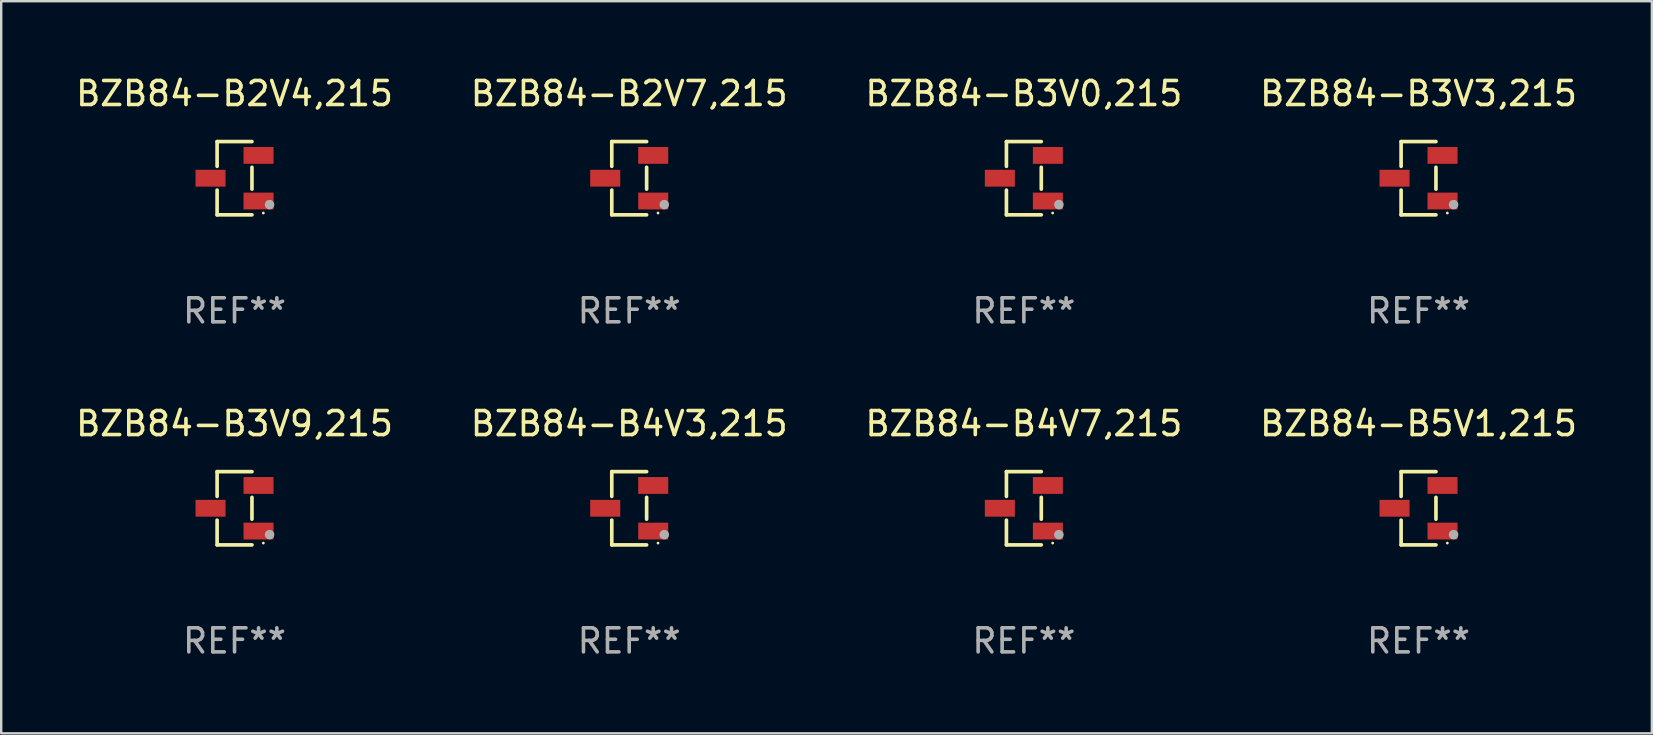
<source format=kicad_pcb>
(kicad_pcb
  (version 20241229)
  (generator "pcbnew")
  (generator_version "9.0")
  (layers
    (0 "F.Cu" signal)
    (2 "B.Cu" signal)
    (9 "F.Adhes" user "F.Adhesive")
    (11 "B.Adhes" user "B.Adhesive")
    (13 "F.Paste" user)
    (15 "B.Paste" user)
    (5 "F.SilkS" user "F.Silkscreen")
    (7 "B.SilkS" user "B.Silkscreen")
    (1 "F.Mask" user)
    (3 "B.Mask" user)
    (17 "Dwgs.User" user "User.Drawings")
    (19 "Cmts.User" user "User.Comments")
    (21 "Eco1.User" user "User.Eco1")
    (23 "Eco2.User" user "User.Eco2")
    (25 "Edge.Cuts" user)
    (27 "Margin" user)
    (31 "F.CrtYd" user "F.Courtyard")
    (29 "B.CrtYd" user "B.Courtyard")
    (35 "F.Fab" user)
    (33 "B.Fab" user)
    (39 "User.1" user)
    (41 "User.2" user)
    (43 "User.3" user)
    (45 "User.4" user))
  (footprint "BZB84-B3V3,215"
    (layer "F.Cu")
    (at 56.042 4.374)
    (property "Reference" "BZB84-B3V3,215" (at 0 -3.526 0) (layer "F.SilkS") (effects (font (size 1 1) (thickness 0.15))))
    (attr through_hole)
    (fp_line (start -0.726 -1.526) (end -0.726 -0.495) (stroke (width 0.152) (type solid)) (layer "F.SilkS"))
    (fp_line (start -0.726 1.526) (end -0.726 0.495) (stroke (width 0.152) (type solid)) (layer "F.SilkS"))
    (fp_line (start 0.726 -1.526) (end -0.726 -1.526) (stroke (width 0.152) (type solid)) (layer "F.SilkS"))
    (fp_line (start 0.726 -0.455) (end 0.726 0.455) (stroke (width 0.152) (type solid)) (layer "F.SilkS"))
    (fp_line (start 0.726 1.526) (end -0.726 1.526) (stroke (width 0.152) (type solid)) (layer "F.SilkS"))
    (fp_circle (center 1.2 1.45) (end 1.23 1.45) (stroke (width 0.06) (type solid)) (fill no) (layer "F.SilkS"))
    (fp_circle (center 1.46 1.1) (end 1.56 1.1) (stroke (width 0.2) (type solid)) (fill no) (layer "F.Fab"))
    (fp_text user "REF**" (at 0 5.526 0) (layer "F.Fab") (effects (font (size 1 1) (thickness 0.15))))
    (pad "1" smd rect (at 1 0.95) (size 1.25 0.7) (layers "F.Cu" "F.Mask" "F.Paste"))
    (pad "2" smd rect (at 1 -0.95) (size 1.25 0.7) (layers "F.Cu" "F.Mask" "F.Paste"))
    (pad "3" smd rect (at -1 0) (size 1.25 0.7) (layers "F.Cu" "F.Mask" "F.Paste")))
  (footprint "BZB84-B5V1,215"
    (layer "F.Cu")
    (at 56.042 18.123)
    (property "Reference" "BZB84-B5V1,215" (at 0 -3.526 0) (layer "F.SilkS") (effects (font (size 1 1) (thickness 0.15))))
    (attr through_hole)
    (fp_line (start -0.726 -1.526) (end -0.726 -0.495) (stroke (width 0.152) (type solid)) (layer "F.SilkS"))
    (fp_line (start -0.726 1.526) (end -0.726 0.495) (stroke (width 0.152) (type solid)) (layer "F.SilkS"))
    (fp_line (start 0.726 -1.526) (end -0.726 -1.526) (stroke (width 0.152) (type solid)) (layer "F.SilkS"))
    (fp_line (start 0.726 -0.455) (end 0.726 0.455) (stroke (width 0.152) (type solid)) (layer "F.SilkS"))
    (fp_line (start 0.726 1.526) (end -0.726 1.526) (stroke (width 0.152) (type solid)) (layer "F.SilkS"))
    (fp_circle (center 1.2 1.45) (end 1.23 1.45) (stroke (width 0.06) (type solid)) (fill no) (layer "F.SilkS"))
    (fp_circle (center 1.46 1.1) (end 1.56 1.1) (stroke (width 0.2) (type solid)) (fill no) (layer "F.Fab"))
    (fp_text user "REF**" (at 0 5.526 0) (layer "F.Fab") (effects (font (size 1 1) (thickness 0.15))))
    (pad "1" smd rect (at 1 0.95) (size 1.25 0.7) (layers "F.Cu" "F.Mask" "F.Paste"))
    (pad "2" smd rect (at 1 -0.95) (size 1.25 0.7) (layers "F.Cu" "F.Mask" "F.Paste"))
    (pad "3" smd rect (at -1 0) (size 1.25 0.7) (layers "F.Cu" "F.Mask" "F.Paste")))
  (footprint "BZB84-B3V9,215"
    (layer "F.Cu")
    (at 6.72 18.123)
    (property "Reference" "BZB84-B3V9,215" (at 0 -3.526 0) (layer "F.SilkS") (effects (font (size 1 1) (thickness 0.15))))
    (attr through_hole)
    (fp_line (start -0.726 -1.526) (end -0.726 -0.495) (stroke (width 0.152) (type solid)) (layer "F.SilkS"))
    (fp_line (start -0.726 1.526) (end -0.726 0.495) (stroke (width 0.152) (type solid)) (layer "F.SilkS"))
    (fp_line (start 0.726 -1.526) (end -0.726 -1.526) (stroke (width 0.152) (type solid)) (layer "F.SilkS"))
    (fp_line (start 0.726 -0.455) (end 0.726 0.455) (stroke (width 0.152) (type solid)) (layer "F.SilkS"))
    (fp_line (start 0.726 1.526) (end -0.726 1.526) (stroke (width 0.152) (type solid)) (layer "F.SilkS"))
    (fp_circle (center 1.2 1.45) (end 1.23 1.45) (stroke (width 0.06) (type solid)) (fill no) (layer "F.SilkS"))
    (fp_circle (center 1.46 1.1) (end 1.56 1.1) (stroke (width 0.2) (type solid)) (fill no) (layer "F.Fab"))
    (fp_text user "REF**" (at 0 5.526 0) (layer "F.Fab") (effects (font (size 1 1) (thickness 0.15))))
    (pad "1" smd rect (at 1 0.95) (size 1.25 0.7) (layers "F.Cu" "F.Mask" "F.Paste"))
    (pad "2" smd rect (at 1 -0.95) (size 1.25 0.7) (layers "F.Cu" "F.Mask" "F.Paste"))
    (pad "3" smd rect (at -1 0) (size 1.25 0.7) (layers "F.Cu" "F.Mask" "F.Paste")))
  (footprint "BZB84-B4V7,215"
    (layer "F.Cu")
    (at 39.601 18.123)
    (property "Reference" "BZB84-B4V7,215" (at 0 -3.526 0) (layer "F.SilkS") (effects (font (size 1 1) (thickness 0.15))))
    (attr through_hole)
    (fp_line (start -0.726 -1.526) (end -0.726 -0.495) (stroke (width 0.152) (type solid)) (layer "F.SilkS"))
    (fp_line (start -0.726 1.526) (end -0.726 0.495) (stroke (width 0.152) (type solid)) (layer "F.SilkS"))
    (fp_line (start 0.726 -1.526) (end -0.726 -1.526) (stroke (width 0.152) (type solid)) (layer "F.SilkS"))
    (fp_line (start 0.726 -0.455) (end 0.726 0.455) (stroke (width 0.152) (type solid)) (layer "F.SilkS"))
    (fp_line (start 0.726 1.526) (end -0.726 1.526) (stroke (width 0.152) (type solid)) (layer "F.SilkS"))
    (fp_circle (center 1.2 1.45) (end 1.23 1.45) (stroke (width 0.06) (type solid)) (fill no) (layer "F.SilkS"))
    (fp_circle (center 1.46 1.1) (end 1.56 1.1) (stroke (width 0.2) (type solid)) (fill no) (layer "F.Fab"))
    (fp_text user "REF**" (at 0 5.526 0) (layer "F.Fab") (effects (font (size 1 1) (thickness 0.15))))
    (pad "1" smd rect (at 1 0.95) (size 1.25 0.7) (layers "F.Cu" "F.Mask" "F.Paste"))
    (pad "2" smd rect (at 1 -0.95) (size 1.25 0.7) (layers "F.Cu" "F.Mask" "F.Paste"))
    (pad "3" smd rect (at -1 0) (size 1.25 0.7) (layers "F.Cu" "F.Mask" "F.Paste")))
  (footprint "BZB84-B2V4,215"
    (layer "F.Cu")
    (at 6.72 4.374)
    (property "Reference" "BZB84-B2V4,215" (at 0 -3.526 0) (layer "F.SilkS") (effects (font (size 1 1) (thickness 0.15))))
    (attr through_hole)
    (fp_line (start -0.726 -1.526) (end -0.726 -0.495) (stroke (width 0.152) (type solid)) (layer "F.SilkS"))
    (fp_line (start -0.726 1.526) (end -0.726 0.495) (stroke (width 0.152) (type solid)) (layer "F.SilkS"))
    (fp_line (start 0.726 -1.526) (end -0.726 -1.526) (stroke (width 0.152) (type solid)) (layer "F.SilkS"))
    (fp_line (start 0.726 -0.455) (end 0.726 0.455) (stroke (width 0.152) (type solid)) (layer "F.SilkS"))
    (fp_line (start 0.726 1.526) (end -0.726 1.526) (stroke (width 0.152) (type solid)) (layer "F.SilkS"))
    (fp_circle (center 1.2 1.45) (end 1.23 1.45) (stroke (width 0.06) (type solid)) (fill no) (layer "F.SilkS"))
    (fp_circle (center 1.46 1.1) (end 1.56 1.1) (stroke (width 0.2) (type solid)) (fill no) (layer "F.Fab"))
    (fp_text user "REF**" (at 0 5.526 0) (layer "F.Fab") (effects (font (size 1 1) (thickness 0.15))))
    (pad "1" smd rect (at 1 0.95) (size 1.25 0.7) (layers "F.Cu" "F.Mask" "F.Paste"))
    (pad "2" smd rect (at 1 -0.95) (size 1.25 0.7) (layers "F.Cu" "F.Mask" "F.Paste"))
    (pad "3" smd rect (at -1 0) (size 1.25 0.7) (layers "F.Cu" "F.Mask" "F.Paste")))
  (footprint "BZB84-B3V0,215"
    (layer "F.Cu")
    (at 39.601 4.374)
    (property "Reference" "BZB84-B3V0,215" (at 0 -3.526 0) (layer "F.SilkS") (effects (font (size 1 1) (thickness 0.15))))
    (attr through_hole)
    (fp_line (start -0.726 -1.526) (end -0.726 -0.495) (stroke (width 0.152) (type solid)) (layer "F.SilkS"))
    (fp_line (start -0.726 1.526) (end -0.726 0.495) (stroke (width 0.152) (type solid)) (layer "F.SilkS"))
    (fp_line (start 0.726 -1.526) (end -0.726 -1.526) (stroke (width 0.152) (type solid)) (layer "F.SilkS"))
    (fp_line (start 0.726 -0.455) (end 0.726 0.455) (stroke (width 0.152) (type solid)) (layer "F.SilkS"))
    (fp_line (start 0.726 1.526) (end -0.726 1.526) (stroke (width 0.152) (type solid)) (layer "F.SilkS"))
    (fp_circle (center 1.2 1.45) (end 1.23 1.45) (stroke (width 0.06) (type solid)) (fill no) (layer "F.SilkS"))
    (fp_circle (center 1.46 1.1) (end 1.56 1.1) (stroke (width 0.2) (type solid)) (fill no) (layer "F.Fab"))
    (fp_text user "REF**" (at 0 5.526 0) (layer "F.Fab") (effects (font (size 1 1) (thickness 0.15))))
    (pad "1" smd rect (at 1 0.95) (size 1.25 0.7) (layers "F.Cu" "F.Mask" "F.Paste"))
    (pad "2" smd rect (at 1 -0.95) (size 1.25 0.7) (layers "F.Cu" "F.Mask" "F.Paste"))
    (pad "3" smd rect (at -1 0) (size 1.25 0.7) (layers "F.Cu" "F.Mask" "F.Paste")))
  (footprint "BZB84-B2V7,215"
    (layer "F.Cu")
    (at 23.161 4.374)
    (property "Reference" "BZB84-B2V7,215" (at 0 -3.526 0) (layer "F.SilkS") (effects (font (size 1 1) (thickness 0.15))))
    (attr through_hole)
    (fp_line (start -0.726 -1.526) (end -0.726 -0.495) (stroke (width 0.152) (type solid)) (layer "F.SilkS"))
    (fp_line (start -0.726 1.526) (end -0.726 0.495) (stroke (width 0.152) (type solid)) (layer "F.SilkS"))
    (fp_line (start 0.726 -1.526) (end -0.726 -1.526) (stroke (width 0.152) (type solid)) (layer "F.SilkS"))
    (fp_line (start 0.726 -0.455) (end 0.726 0.455) (stroke (width 0.152) (type solid)) (layer "F.SilkS"))
    (fp_line (start 0.726 1.526) (end -0.726 1.526) (stroke (width 0.152) (type solid)) (layer "F.SilkS"))
    (fp_circle (center 1.2 1.45) (end 1.23 1.45) (stroke (width 0.06) (type solid)) (fill no) (layer "F.SilkS"))
    (fp_circle (center 1.46 1.1) (end 1.56 1.1) (stroke (width 0.2) (type solid)) (fill no) (layer "F.Fab"))
    (fp_text user "REF**" (at 0 5.526 0) (layer "F.Fab") (effects (font (size 1 1) (thickness 0.15))))
    (pad "1" smd rect (at 1 0.95) (size 1.25 0.7) (layers "F.Cu" "F.Mask" "F.Paste"))
    (pad "2" smd rect (at 1 -0.95) (size 1.25 0.7) (layers "F.Cu" "F.Mask" "F.Paste"))
    (pad "3" smd rect (at -1 0) (size 1.25 0.7) (layers "F.Cu" "F.Mask" "F.Paste")))
  (footprint "BZB84-B4V3,215"
    (layer "F.Cu")
    (at 23.161 18.123)
    (property "Reference" "BZB84-B4V3,215" (at 0 -3.526 0) (layer "F.SilkS") (effects (font (size 1 1) (thickness 0.15))))
    (attr through_hole)
    (fp_line (start -0.726 -1.526) (end -0.726 -0.495) (stroke (width 0.152) (type solid)) (layer "F.SilkS"))
    (fp_line (start -0.726 1.526) (end -0.726 0.495) (stroke (width 0.152) (type solid)) (layer "F.SilkS"))
    (fp_line (start 0.726 -1.526) (end -0.726 -1.526) (stroke (width 0.152) (type solid)) (layer "F.SilkS"))
    (fp_line (start 0.726 -0.455) (end 0.726 0.455) (stroke (width 0.152) (type solid)) (layer "F.SilkS"))
    (fp_line (start 0.726 1.526) (end -0.726 1.526) (stroke (width 0.152) (type solid)) (layer "F.SilkS"))
    (fp_circle (center 1.2 1.45) (end 1.23 1.45) (stroke (width 0.06) (type solid)) (fill no) (layer "F.SilkS"))
    (fp_circle (center 1.46 1.1) (end 1.56 1.1) (stroke (width 0.2) (type solid)) (fill no) (layer "F.Fab"))
    (fp_text user "REF**" (at 0 5.526 0) (layer "F.Fab") (effects (font (size 1 1) (thickness 0.15))))
    (pad "1" smd rect (at 1 0.95) (size 1.25 0.7) (layers "F.Cu" "F.Mask" "F.Paste"))
    (pad "2" smd rect (at 1 -0.95) (size 1.25 0.7) (layers "F.Cu" "F.Mask" "F.Paste"))
    (pad "3" smd rect (at -1 0) (size 1.25 0.7) (layers "F.Cu" "F.Mask" "F.Paste")))
  (gr_rect
    (start -3 -3)
    (end 65.762 27.498)
    (stroke (width 0.1) (type default))
    (fill no)
    (layer "Edge.Cuts")))
</source>
